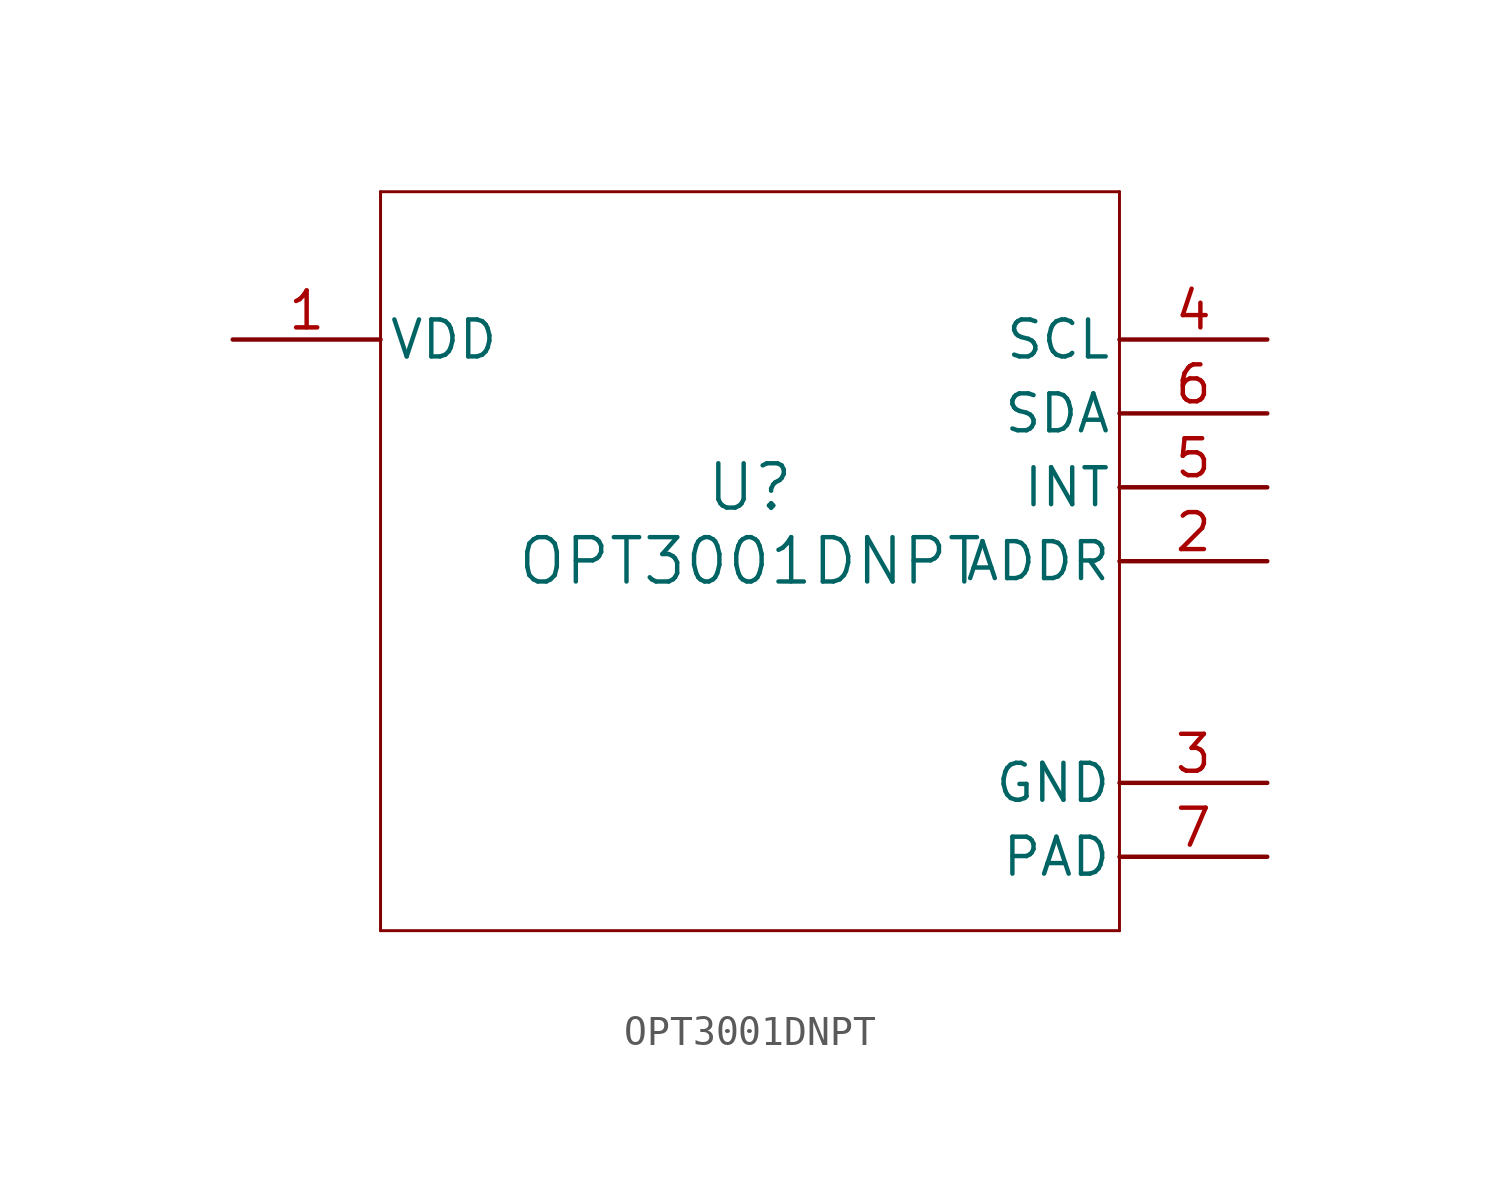
<source format=kicad_sym>
(kicad_symbol_lib
  (version 20211014)
  (generator kicad_symbol_editor)
  (symbol "OPT3001DNPT"
    (pin_names
      (offset 0.254))
    (property "Reference" "U"
      (at 0 2.54 0)
      (effects (font (size 1.524 1.524))))
    (property "Value" "OPT3001DNPT"
      (at 0 0 0)
      (effects (font (size 1.524 1.524))))
    (symbol "OPT3001DNPT_0_1"
      (polyline (pts (xy -12.7 -12.7) (xy 12.7 -12.7)) (stroke (width 0.102) (type default) (color 0 0 0 0)) (fill (type none)))
      (polyline (pts (xy 12.7 -12.7) (xy 12.7 12.7)) (stroke (width 0.102) (type default) (color 0 0 0 0)) (fill (type none)))
      (polyline (pts (xy 12.7 12.7) (xy -12.7 12.7)) (stroke (width 0.102) (type default) (color 0 0 0 0)) (fill (type none)))
      (polyline (pts (xy -12.7 12.7) (xy -12.7 -12.7)) (stroke (width 0.102) (type default) (color 0 0 0 0)) (fill (type none)))
      (pin power_in line (at -17.78 7.62 0) (length 5.08) (name "VDD" (effects (font (size 1.27 1.27)))) (number "1" (effects (font (size 1.27 1.27)))))
      (pin input line (at 17.78 0 180) (length 5.08) (name "ADDR" (effects (font (size 1.27 1.27)))) (number "2" (effects (font (size 1.27 1.27)))))
      (pin power_in line (at 17.78 -7.62 180) (length 5.08) (name "GND" (effects (font (size 1.27 1.27)))) (number "3" (effects (font (size 1.27 1.27)))))
      (pin input line (at 17.78 7.62 180) (length 5.08) (name "SCL" (effects (font (size 1.27 1.27)))) (number "4" (effects (font (size 1.27 1.27)))))
      (pin output line (at 17.78 2.54 180) (length 5.08) (name "INT" (effects (font (size 1.27 1.27)))) (number "5" (effects (font (size 1.27 1.27)))))
      (pin input line (at 17.78 5.08 180) (length 5.08) (name "SDA" (effects (font (size 1.27 1.27)))) (number "6" (effects (font (size 1.27 1.27)))))
      (pin unspecified line (at 17.78 -10.16 180) (length 5.08) (name "PAD" (effects (font (size 1.27 1.27)))) (number "7" (effects (font (size 1.27 1.27))))))))
</source>
